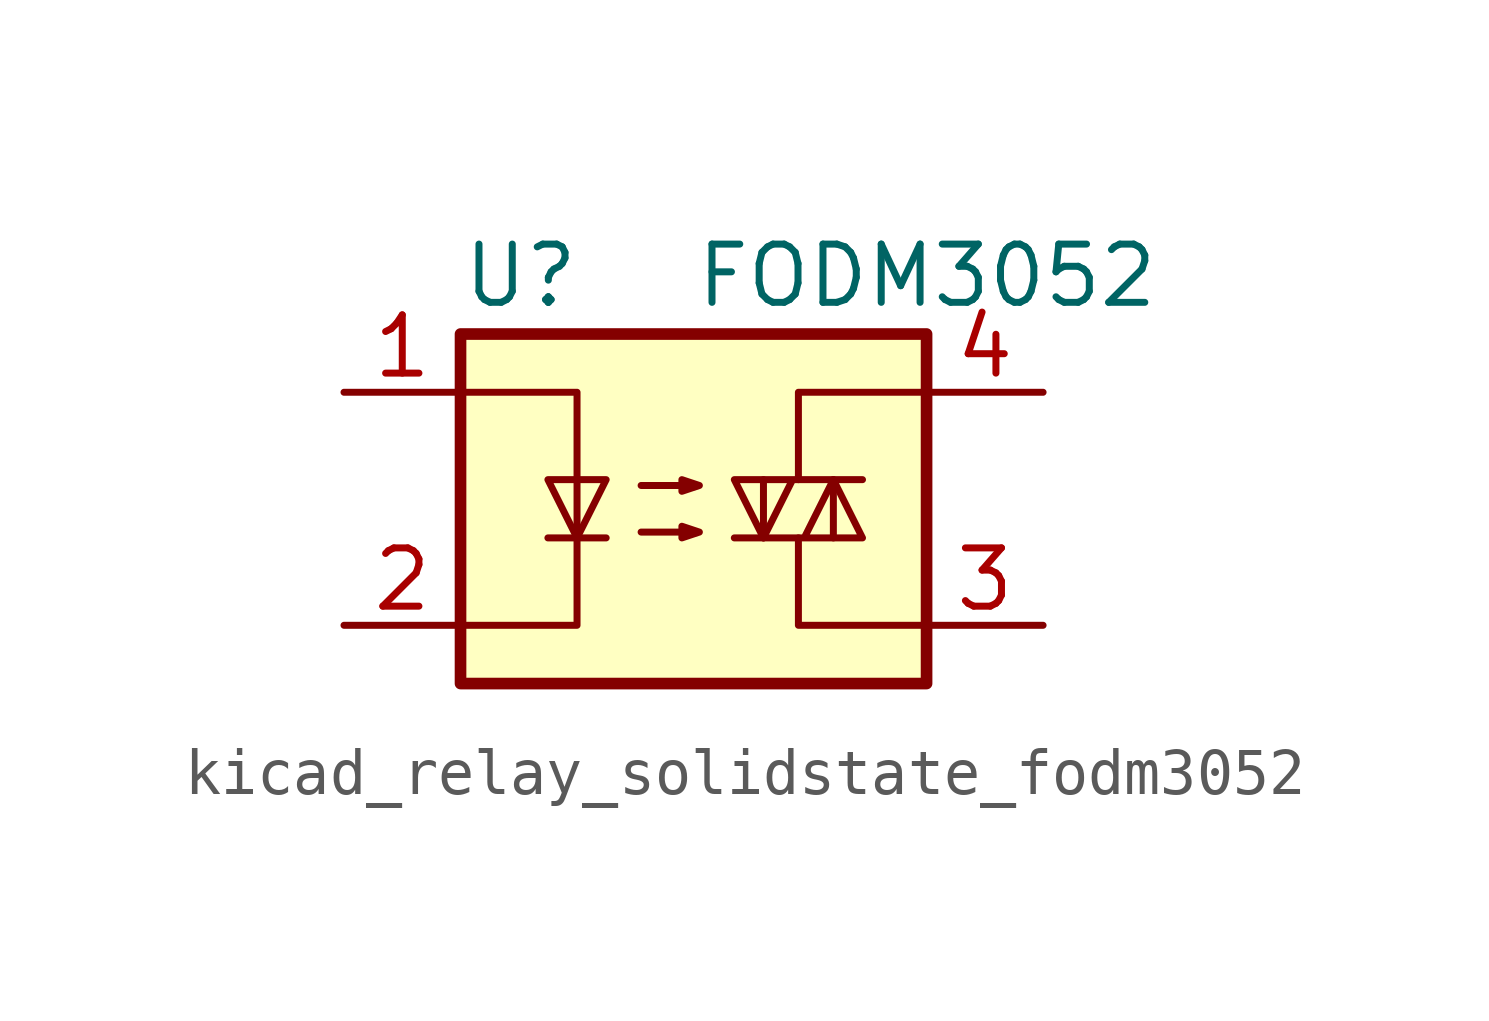
<source format=kicad_sym>
(kicad_symbol_lib
  (version 20220914)
  (generator kicad_symbol_editor)
  (symbol "kicad_relay_solidstate_fodm3052"
    (property "Reference" "U"
      (at -5.08 5.08 0)
      (effects (font (size 1.27 1.27)) (justify left)))
    (property "Value" "FODM3052"
      (at 0 5.08 0)
      (effects (font (size 1.27 1.27)) (justify left)))
    (symbol "kicad_relay_solidstate_fodm3052_0_1"
      (rectangle (start -5.08 3.81) (end 5.08 -3.81) (stroke (width 0.254) (type default)) (fill (type background)))
      (polyline (pts (xy -3.175 -0.635) (xy -1.905 -0.635)) (stroke (width 0) (type default)) (fill (type none)))
      (polyline (pts (xy 1.524 -0.635) (xy 1.524 0.635)) (stroke (width 0) (type default)) (fill (type none)))
      (polyline (pts (xy 3.048 0.635) (xy 3.048 -0.635)) (stroke (width 0) (type default)) (fill (type none)))
      (polyline (pts (xy 2.286 -0.635) (xy 2.286 -2.54) (xy 5.08 -2.54)) (stroke (width 0) (type default)) (fill (type none)))
      (polyline (pts (xy 2.286 0.635) (xy 2.286 2.54) (xy 5.08 2.54)) (stroke (width 0) (type default)) (fill (type none)))
      (polyline (pts (xy -5.08 2.54) (xy -2.54 2.54) (xy -2.54 -2.54) (xy -5.08 -2.54)) (stroke (width 0) (type default)) (fill (type none)))
      (polyline (pts (xy -2.54 -0.635) (xy -3.175 0.635) (xy -1.905 0.635) (xy -2.54 -0.635)) (stroke (width 0) (type default)) (fill (type none)))
      (polyline (pts (xy 0.889 -0.635) (xy 3.683 -0.635) (xy 3.048 0.635) (xy 2.413 -0.635)) (stroke (width 0) (type default)) (fill (type none)))
      (polyline (pts (xy 3.683 0.635) (xy 0.889 0.635) (xy 1.524 -0.635) (xy 2.159 0.635)) (stroke (width 0) (type default)) (fill (type none)))
      (polyline (pts (xy -1.143 -0.508) (xy 0.127 -0.508) (xy -0.254 -0.635) (xy -0.254 -0.381) (xy 0.127 -0.508)) (stroke (width 0) (type default)) (fill (type none)))
      (polyline (pts (xy -1.143 0.508) (xy 0.127 0.508) (xy -0.254 0.381) (xy -0.254 0.635) (xy 0.127 0.508)) (stroke (width 0) (type default)) (fill (type none))))
    (symbol "kicad_relay_solidstate_fodm3052_1_1"
      (pin passive line (at -7.62 2.54 0) (length 2.54) (name "~" (effects (font (size 1.27 1.27)))) (number "1" (effects (font (size 1.27 1.27)))))
      (pin passive line (at -7.62 -2.54 0) (length 2.54) (name "~" (effects (font (size 1.27 1.27)))) (number "2" (effects (font (size 1.27 1.27)))))
      (pin passive line (at 7.62 -2.54 180) (length 2.54) (name "~" (effects (font (size 1.27 1.27)))) (number "3" (effects (font (size 1.27 1.27)))))
      (pin passive line (at 7.62 2.54 180) (length 2.54) (name "~" (effects (font (size 1.27 1.27)))) (number "4" (effects (font (size 1.27 1.27))))))))
</source>
